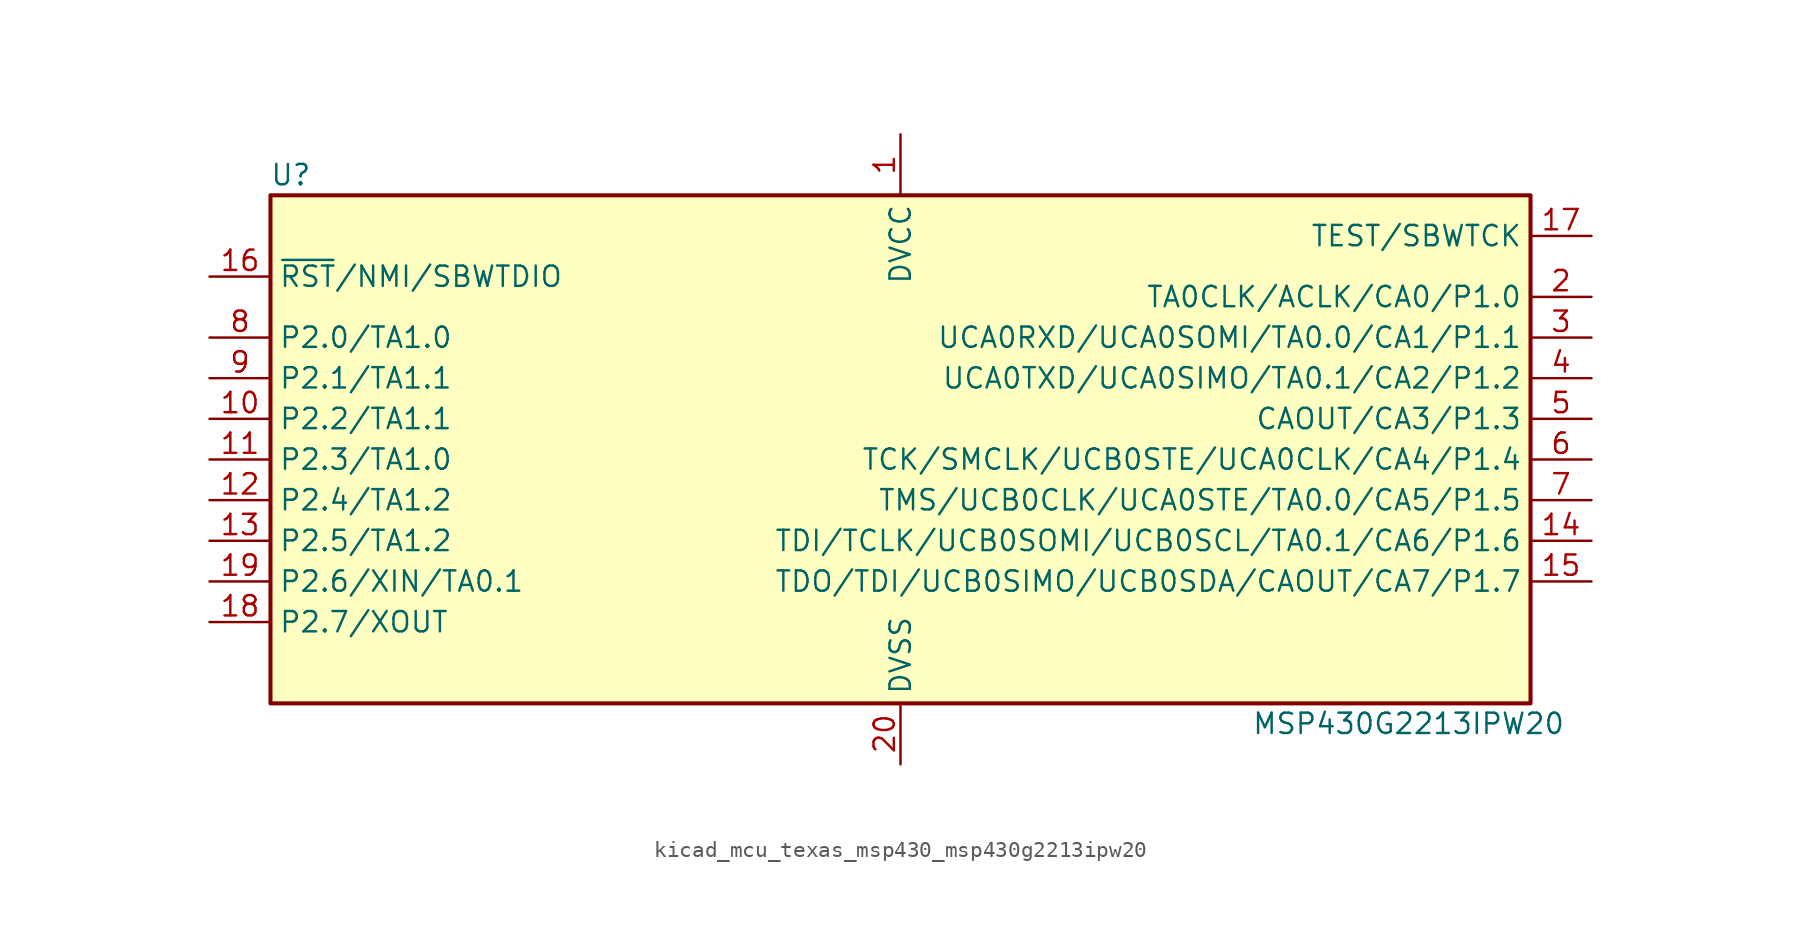
<source format=kicad_sym>
(kicad_symbol_lib
  (version 20220914)
  (generator kicad_symbol_editor)
  (symbol "kicad_mcu_texas_msp430_msp430g2213ipw20"
    (property "Reference" "U"
      (at -38.1 17.78 0)
      (effects (font (size 1.27 1.27))))
    (property "Value" "MSP430G2213IPW20"
      (at 31.75 -16.51 0)
      (effects (font (size 1.27 1.27))))
    (symbol "kicad_mcu_texas_msp430_msp430g2213ipw20_0_1"
      (rectangle (start -39.37 16.51) (end 39.37 -15.24) (stroke (width 0.254) (type default)) (fill (type background))))
    (symbol "kicad_mcu_texas_msp430_msp430g2213ipw20_1_1"
      (pin power_in line (at 0 20.32 270) (length 3.81) (name "DVCC" (effects (font (size 1.27 1.27)))) (number "1" (effects (font (size 1.27 1.27)))))
      (pin bidirectional line (at -43.18 2.54 0) (length 3.81) (name "P2.2/TA1.1" (effects (font (size 1.27 1.27)))) (number "10" (effects (font (size 1.27 1.27)))))
      (pin bidirectional line (at -43.18 0 0) (length 3.81) (name "P2.3/TA1.0" (effects (font (size 1.27 1.27)))) (number "11" (effects (font (size 1.27 1.27)))))
      (pin bidirectional line (at -43.18 -2.54 0) (length 3.81) (name "P2.4/TA1.2" (effects (font (size 1.27 1.27)))) (number "12" (effects (font (size 1.27 1.27)))))
      (pin bidirectional line (at -43.18 -5.08 0) (length 3.81) (name "P2.5/TA1.2" (effects (font (size 1.27 1.27)))) (number "13" (effects (font (size 1.27 1.27)))))
      (pin bidirectional line (at 43.18 -5.08 180) (length 3.81) (name "TDI/TCLK/UCB0SOMI/UCB0SCL/TA0.1/CA6/P1.6" (effects (font (size 1.27 1.27)))) (number "14" (effects (font (size 1.27 1.27)))))
      (pin bidirectional line (at 43.18 -7.62 180) (length 3.81) (name "TDO/TDI/UCB0SIMO/UCB0SDA/CAOUT/CA7/P1.7" (effects (font (size 1.27 1.27)))) (number "15" (effects (font (size 1.27 1.27)))))
      (pin input line (at -43.18 11.43 0) (length 3.81) (name "~{RST}/NMI/SBWTDIO" (effects (font (size 1.27 1.27)))) (number "16" (effects (font (size 1.27 1.27)))))
      (pin input line (at 43.18 13.97 180) (length 3.81) (name "TEST/SBWTCK" (effects (font (size 1.27 1.27)))) (number "17" (effects (font (size 1.27 1.27)))))
      (pin bidirectional line (at -43.18 -10.16 0) (length 3.81) (name "P2.7/XOUT" (effects (font (size 1.27 1.27)))) (number "18" (effects (font (size 1.27 1.27)))))
      (pin bidirectional line (at -43.18 -7.62 0) (length 3.81) (name "P2.6/XIN/TA0.1" (effects (font (size 1.27 1.27)))) (number "19" (effects (font (size 1.27 1.27)))))
      (pin bidirectional line (at 43.18 10.16 180) (length 3.81) (name "TA0CLK/ACLK/CA0/P1.0" (effects (font (size 1.27 1.27)))) (number "2" (effects (font (size 1.27 1.27)))))
      (pin power_in line (at 0 -19.05 90) (length 3.81) (name "DVSS" (effects (font (size 1.27 1.27)))) (number "20" (effects (font (size 1.27 1.27)))))
      (pin bidirectional line (at 43.18 7.62 180) (length 3.81) (name "UCA0RXD/UCA0SOMI/TA0.0/CA1/P1.1" (effects (font (size 1.27 1.27)))) (number "3" (effects (font (size 1.27 1.27)))))
      (pin bidirectional line (at 43.18 5.08 180) (length 3.81) (name "UCA0TXD/UCA0SIMO/TA0.1/CA2/P1.2" (effects (font (size 1.27 1.27)))) (number "4" (effects (font (size 1.27 1.27)))))
      (pin bidirectional line (at 43.18 2.54 180) (length 3.81) (name "CAOUT/CA3/P1.3" (effects (font (size 1.27 1.27)))) (number "5" (effects (font (size 1.27 1.27)))))
      (pin bidirectional line (at 43.18 0 180) (length 3.81) (name "TCK/SMCLK/UCB0STE/UCA0CLK/CA4/P1.4" (effects (font (size 1.27 1.27)))) (number "6" (effects (font (size 1.27 1.27)))))
      (pin bidirectional line (at 43.18 -2.54 180) (length 3.81) (name "TMS/UCB0CLK/UCA0STE/TA0.0/CA5/P1.5" (effects (font (size 1.27 1.27)))) (number "7" (effects (font (size 1.27 1.27)))))
      (pin bidirectional line (at -43.18 7.62 0) (length 3.81) (name "P2.0/TA1.0" (effects (font (size 1.27 1.27)))) (number "8" (effects (font (size 1.27 1.27)))))
      (pin bidirectional line (at -43.18 5.08 0) (length 3.81) (name "P2.1/TA1.1" (effects (font (size 1.27 1.27)))) (number "9" (effects (font (size 1.27 1.27))))))))
</source>
